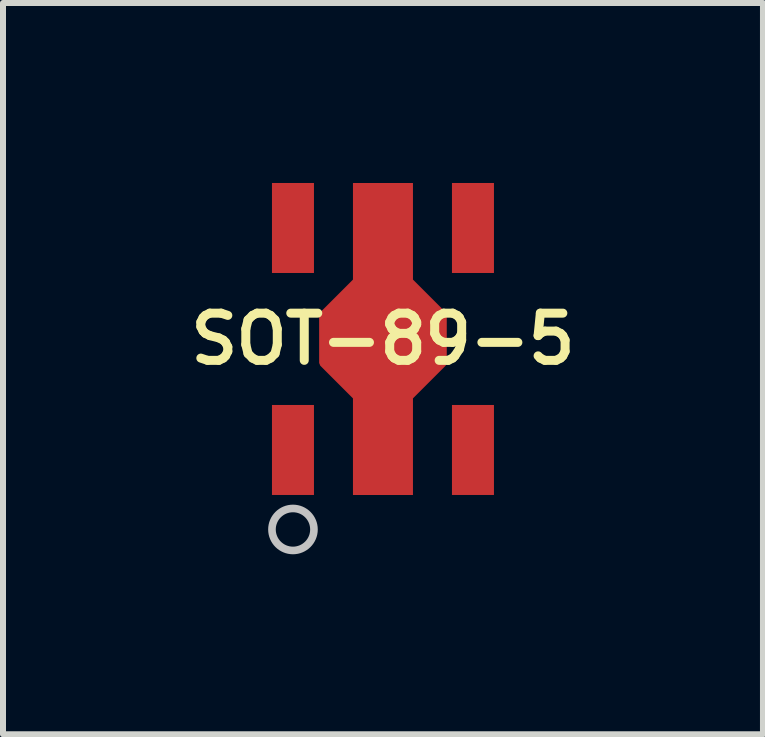
<source format=kicad_pcb>
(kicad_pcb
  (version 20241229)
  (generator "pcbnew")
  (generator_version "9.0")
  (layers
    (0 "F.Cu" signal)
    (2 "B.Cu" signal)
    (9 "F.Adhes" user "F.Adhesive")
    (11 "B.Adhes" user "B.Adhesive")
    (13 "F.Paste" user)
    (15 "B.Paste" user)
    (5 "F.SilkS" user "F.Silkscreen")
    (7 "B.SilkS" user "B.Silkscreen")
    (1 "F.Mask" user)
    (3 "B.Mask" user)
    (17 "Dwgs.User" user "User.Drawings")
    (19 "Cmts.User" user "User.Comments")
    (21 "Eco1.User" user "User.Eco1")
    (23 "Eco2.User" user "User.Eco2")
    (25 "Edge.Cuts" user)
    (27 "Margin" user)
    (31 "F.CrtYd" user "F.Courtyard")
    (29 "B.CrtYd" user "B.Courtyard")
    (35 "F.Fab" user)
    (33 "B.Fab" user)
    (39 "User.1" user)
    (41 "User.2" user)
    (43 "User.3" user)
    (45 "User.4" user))
  (footprint "SOT-89-5"
    (layer "F.Cu")
    (at 3.333 2.6)
    (property "Reference" "SOT-89-5" (at 0 0 0) (layer "F.SilkS") (effects (font (size 0.787 0.787) (thickness 0.15))))
    (attr smd)
    (fp_poly (pts (xy -1 -0.4) (xy -1 0.4) (xy 0 1.4) (xy 1 0.4) (xy 1 -0.4) (xy 0 -1.4)) (stroke (width 0.127) (type solid)) (fill yes) (layer "F.Mask"))
    (fp_circle (center -1.5 3.175) (end -1.15 3.175) (stroke (width 0.127) (type solid)) (fill no) (layer "Dwgs.User"))
    (pad "1" smd rect (at -1.5 1.85) (size 0.7 1.5) (layers "F.Cu" "F.Mask" "F.Paste"))
    (pad "2" smd custom (at 0 0) (size 1 5.2) (layers "F.Cu" "F.Mask" "F.Paste") (options (anchor rect)) (primitives (gr_poly (pts (xy -1 -0.4) (xy -1 0.4) (xy 0 1.4) (xy 1 0.4) (xy 1 -0.4) (xy 0 -1.4)) (width 0.127) (fill yes))))
    (pad "3" smd rect (at 1.5 1.85) (size 0.7 1.5) (layers "F.Cu" "F.Mask" "F.Paste"))
    (pad "4" smd rect (at 1.5 -1.85) (size 0.7 1.5) (layers "F.Cu" "F.Mask" "F.Paste"))
    (pad "5" smd rect (at -1.5 -1.85) (size 0.7 1.5) (layers "F.Cu" "F.Mask" "F.Paste")))
  (gr_rect
    (start -3 -3)
    (end 9.667 9.188)
    (stroke (width 0.1) (type default))
    (fill no)
    (layer "Edge.Cuts")))
</source>
